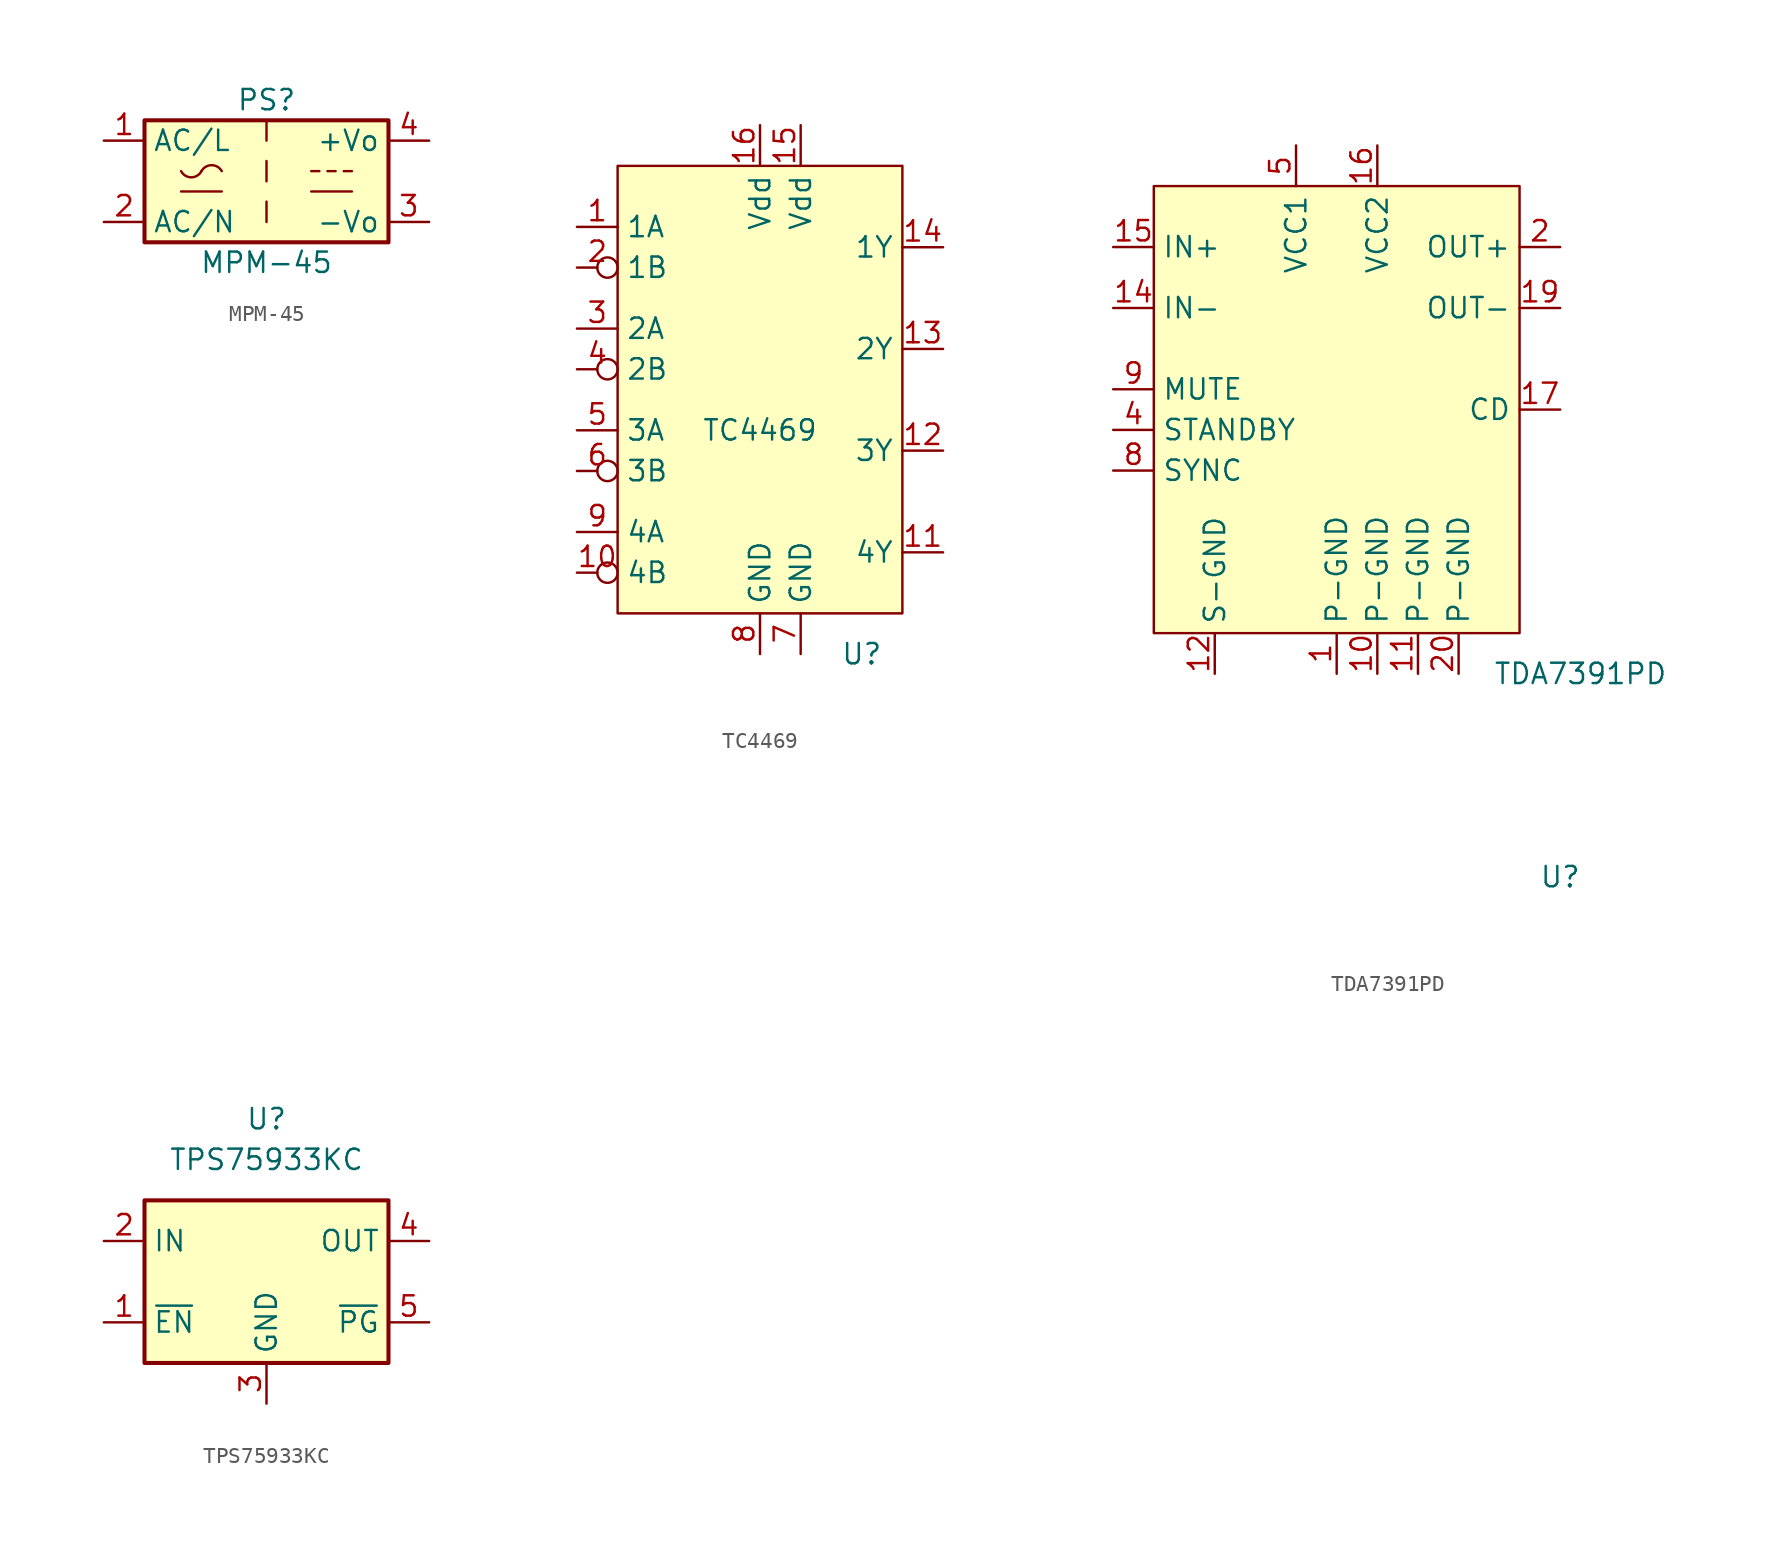
<source format=kicad_sym>
(kicad_symbol_lib
  (version 20231120)
  (generator "kicad_symbol_editor")
  (generator_version "8.0")
  (symbol "MPM-45"
    (property "Reference" "PS"
      (at 0 5.08 0)
      (effects (font (size 1.27 1.27))))
    (property "Value" "MPM-45"
      (at 0 -5.08 0)
      (effects (font (size 1.27 1.27))))
    (symbol "MPM-45_0_1"
      (rectangle (start -7.62 3.81) (end 7.62 -3.81) (stroke (width 0.254) (type default)) (fill (type background)))
      (arc (start -5.334 0.635) (mid -4.699 0.2495) (end -4.064 0.635) (stroke (width 0) (type default)) (fill (type none)))
      (arc (start -2.794 0.635) (mid -3.429 1.0072) (end -4.064 0.635) (stroke (width 0) (type default)) (fill (type none)))
      (polyline (pts (xy -5.334 -0.635) (xy -2.794 -0.635)) (stroke (width 0) (type default)) (fill (type none)))
      (polyline (pts (xy 0 -1.27) (xy 0 -2.54)) (stroke (width 0) (type default)) (fill (type none)))
      (polyline (pts (xy 0 1.27) (xy 0 0)) (stroke (width 0) (type default)) (fill (type none)))
      (polyline (pts (xy 0 3.81) (xy 0 2.54)) (stroke (width 0) (type default)) (fill (type none)))
      (polyline (pts (xy 2.794 -0.635) (xy 5.334 -0.635)) (stroke (width 0) (type default)) (fill (type none)))
      (polyline (pts (xy 2.794 0.635) (xy 3.302 0.635)) (stroke (width 0) (type default)) (fill (type none)))
      (polyline (pts (xy 3.81 0.635) (xy 4.318 0.635)) (stroke (width 0) (type default)) (fill (type none)))
      (polyline (pts (xy 4.826 0.635) (xy 5.334 0.635)) (stroke (width 0) (type default)) (fill (type none))))
    (symbol "MPM-45_1_1"
      (pin power_in line (at -10.16 2.54 0) (length 2.54) (name "AC/L" (effects (font (size 1.27 1.27)))) (number "1" (effects (font (size 1.27 1.27)))))
      (pin power_in line (at -10.16 -2.54 0) (length 2.54) (name "AC/N" (effects (font (size 1.27 1.27)))) (number "2" (effects (font (size 1.27 1.27)))))
      (pin power_out line (at 10.16 -2.54 180) (length 2.54) (name "-Vo" (effects (font (size 1.27 1.27)))) (number "3" (effects (font (size 1.27 1.27)))))
      (pin power_out line (at 10.16 2.54 180) (length 2.54) (name "+Vo" (effects (font (size 1.27 1.27)))) (number "4" (effects (font (size 1.27 1.27)))))))
  (symbol "TC4469"
    (property "Reference" "U"
      (at 6.35 -13.97 0)
      (effects (font (size 1.27 1.27))))
    (property "Value" "TC4469"
      (at 0 0 0)
      (effects (font (size 1.27 1.27))))
    (symbol "TC4469_1_1"
      (rectangle (start -8.89 16.51) (end 8.89 -11.43) (stroke (width 0) (type default)) (fill (type background)))
      (pin input line (at -11.43 12.7 0) (length 2.54) (name "1A" (effects (font (size 1.27 1.27)))) (number "1" (effects (font (size 1.27 1.27)))))
      (pin input inverted (at -11.43 -8.89 0) (length 2.54) (name "4B" (effects (font (size 1.27 1.27)))) (number "10" (effects (font (size 1.27 1.27)))))
      (pin output line (at 11.43 -7.62 180) (length 2.54) (name "4Y" (effects (font (size 1.27 1.27)))) (number "11" (effects (font (size 1.27 1.27)))))
      (pin output line (at 11.43 -1.27 180) (length 2.54) (name "3Y" (effects (font (size 1.27 1.27)))) (number "12" (effects (font (size 1.27 1.27)))))
      (pin output line (at 11.43 5.08 180) (length 2.54) (name "2Y" (effects (font (size 1.27 1.27)))) (number "13" (effects (font (size 1.27 1.27)))))
      (pin output line (at 11.43 11.43 180) (length 2.54) (name "1Y" (effects (font (size 1.27 1.27)))) (number "14" (effects (font (size 1.27 1.27)))))
      (pin power_in line (at 2.54 19.05 270) (length 2.54) (name "Vdd" (effects (font (size 1.27 1.27)))) (number "15" (effects (font (size 1.27 1.27)))))
      (pin power_in line (at 0 19.05 270) (length 2.54) (name "Vdd" (effects (font (size 1.27 1.27)))) (number "16" (effects (font (size 1.27 1.27)))))
      (pin input inverted (at -11.43 10.16 0) (length 2.54) (name "1B" (effects (font (size 1.27 1.27)))) (number "2" (effects (font (size 1.27 1.27)))))
      (pin input line (at -11.43 6.35 0) (length 2.54) (name "2A" (effects (font (size 1.27 1.27)))) (number "3" (effects (font (size 1.27 1.27)))))
      (pin input inverted (at -11.43 3.81 0) (length 2.54) (name "2B" (effects (font (size 1.27 1.27)))) (number "4" (effects (font (size 1.27 1.27)))))
      (pin input line (at -11.43 0 0) (length 2.54) (name "3A" (effects (font (size 1.27 1.27)))) (number "5" (effects (font (size 1.27 1.27)))))
      (pin input inverted (at -11.43 -2.54 0) (length 2.54) (name "3B" (effects (font (size 1.27 1.27)))) (number "6" (effects (font (size 1.27 1.27)))))
      (pin power_in line (at 2.54 -13.97 90) (length 2.54) (name "GND" (effects (font (size 1.27 1.27)))) (number "7" (effects (font (size 1.27 1.27)))))
      (pin power_in line (at 0 -13.97 90) (length 2.54) (name "GND" (effects (font (size 1.27 1.27)))) (number "8" (effects (font (size 1.27 1.27)))))
      (pin input line (at -11.43 -6.35 0) (length 2.54) (name "4A" (effects (font (size 1.27 1.27)))) (number "9" (effects (font (size 1.27 1.27)))))))
  (symbol "TDA7391PD"
    (property "Reference" "U"
      (at 13.97 -25.4 0)
      (effects (font (size 1.27 1.27))))
    (property "Value" "TDA7391PD"
      (at 15.24 -12.7 0)
      (effects (font (size 1.27 1.27))))
    (symbol "TDA7391PD_1_1"
      (rectangle (start -11.43 17.78) (end 11.43 -10.16) (stroke (width 0) (type default)) (fill (type background)))
      (pin power_in line (at 0 -12.7 90) (length 2.54) (name "P-GND" (effects (font (size 1.27 1.27)))) (number "1" (effects (font (size 1.27 1.27)))))
      (pin power_in line (at 2.54 -12.7 90) (length 2.54) (name "P-GND" (effects (font (size 1.27 1.27)))) (number "10" (effects (font (size 1.27 1.27)))))
      (pin power_in line (at 5.08 -12.7 90) (length 2.54) (name "P-GND" (effects (font (size 1.27 1.27)))) (number "11" (effects (font (size 1.27 1.27)))))
      (pin power_in line (at -7.62 -12.7 90) (length 2.54) (name "S-GND" (effects (font (size 1.27 1.27)))) (number "12" (effects (font (size 1.27 1.27)))))
      (pin input line (at -13.97 10.16 0) (length 2.54) (name "IN-" (effects (font (size 1.27 1.27)))) (number "14" (effects (font (size 1.27 1.27)))))
      (pin input line (at -13.97 13.97 0) (length 2.54) (name "IN+" (effects (font (size 1.27 1.27)))) (number "15" (effects (font (size 1.27 1.27)))))
      (pin power_in line (at 2.54 20.32 270) (length 2.54) (name "VCC2" (effects (font (size 1.27 1.27)))) (number "16" (effects (font (size 1.27 1.27)))))
      (pin output line (at 13.97 3.81 180) (length 2.54) (name "CD" (effects (font (size 1.27 1.27)))) (number "17" (effects (font (size 1.27 1.27)))))
      (pin output line (at 13.97 10.16 180) (length 2.54) (name "OUT-" (effects (font (size 1.27 1.27)))) (number "19" (effects (font (size 1.27 1.27)))))
      (pin output line (at 13.97 13.97 180) (length 2.54) (name "OUT+" (effects (font (size 1.27 1.27)))) (number "2" (effects (font (size 1.27 1.27)))))
      (pin power_in line (at 7.62 -12.7 90) (length 2.54) (name "P-GND" (effects (font (size 1.27 1.27)))) (number "20" (effects (font (size 1.27 1.27)))))
      (pin input line (at -13.97 2.54 0) (length 2.54) (name "STANDBY" (effects (font (size 1.27 1.27)))) (number "4" (effects (font (size 1.27 1.27)))))
      (pin power_in line (at -2.54 20.32 270) (length 2.54) (name "VCC1" (effects (font (size 1.27 1.27)))) (number "5" (effects (font (size 1.27 1.27)))))
      (pin input line (at -13.97 0 0) (length 2.54) (name "SYNC" (effects (font (size 1.27 1.27)))) (number "8" (effects (font (size 1.27 1.27)))))
      (pin input line (at -13.97 5.08 0) (length 2.54) (name "MUTE" (effects (font (size 1.27 1.27)))) (number "9" (effects (font (size 1.27 1.27)))))))
  (symbol "TPS75933KC"
    (property "Reference" "U"
      (at 0 10.16 0)
      (effects (font (size 1.27 1.27))))
    (property "Value" "TPS75933KC"
      (at 0 7.62 0)
      (effects (font (size 1.27 1.27))))
    (symbol "TPS75933KC_1_1"
      (rectangle (start -7.62 5.08) (end 7.62 -5.08) (stroke (width 0.254) (type default)) (fill (type background)))
      (pin input line (at -10.16 -2.54 0) (length 2.54) (name "~{EN}" (effects (font (size 1.27 1.27)))) (number "1" (effects (font (size 1.27 1.27)))))
      (pin power_in line (at -10.16 2.54 0) (length 2.54) (name "IN" (effects (font (size 1.27 1.27)))) (number "2" (effects (font (size 1.27 1.27)))))
      (pin power_in line (at 0 -7.62 90) (length 2.54) (name "GND" (effects (font (size 1.27 1.27)))) (number "3" (effects (font (size 1.27 1.27)))))
      (pin power_out line (at 10.16 2.54 180) (length 2.54) (name "OUT" (effects (font (size 1.27 1.27)))) (number "4" (effects (font (size 1.27 1.27)))))
      (pin open_collector line (at 10.16 -2.54 180) (length 2.54) (name "~{PG}" (effects (font (size 1.27 1.27)))) (number "5" (effects (font (size 1.27 1.27))))))))
</source>
